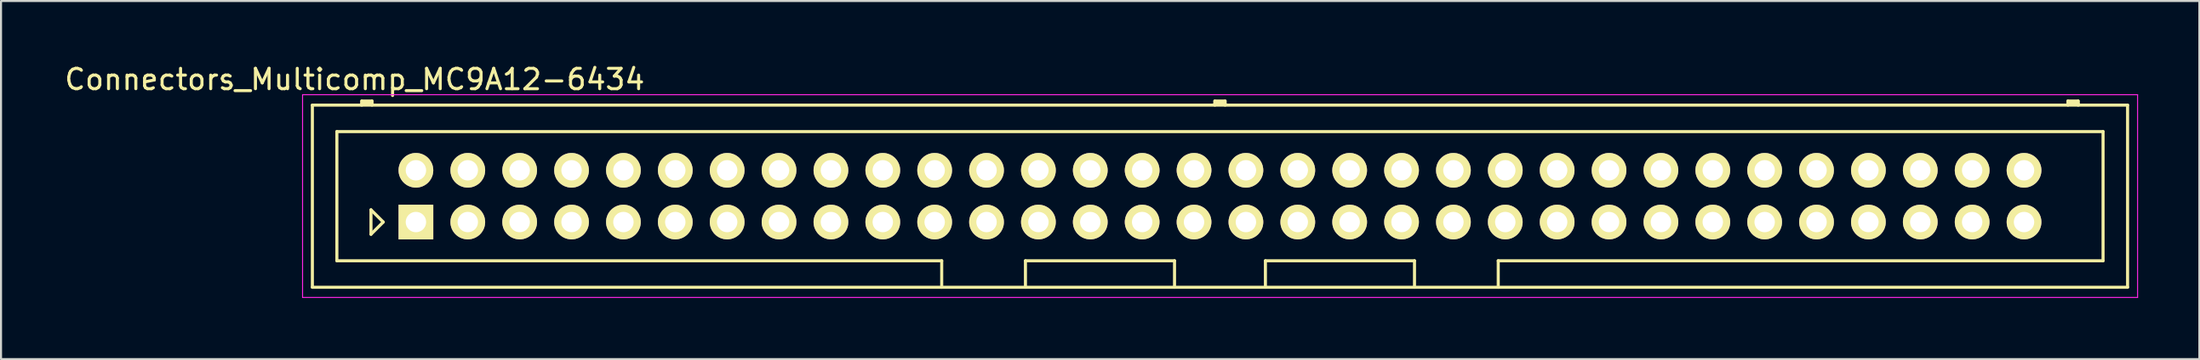
<source format=kicad_pcb>
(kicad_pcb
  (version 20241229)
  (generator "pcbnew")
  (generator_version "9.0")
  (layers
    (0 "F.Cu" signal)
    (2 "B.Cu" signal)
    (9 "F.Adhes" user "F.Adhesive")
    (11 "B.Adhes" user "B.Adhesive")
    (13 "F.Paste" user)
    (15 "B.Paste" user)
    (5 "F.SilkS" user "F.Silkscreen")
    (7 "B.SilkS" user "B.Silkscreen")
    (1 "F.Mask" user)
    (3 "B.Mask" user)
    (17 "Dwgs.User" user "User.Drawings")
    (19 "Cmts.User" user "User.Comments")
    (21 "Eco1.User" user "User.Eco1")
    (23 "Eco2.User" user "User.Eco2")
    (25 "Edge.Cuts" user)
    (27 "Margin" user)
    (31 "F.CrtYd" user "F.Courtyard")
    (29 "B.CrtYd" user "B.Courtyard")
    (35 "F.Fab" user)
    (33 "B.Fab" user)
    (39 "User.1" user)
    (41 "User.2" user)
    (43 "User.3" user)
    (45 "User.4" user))
  (footprint "Connectors_Multicomp_MC9A12-6434"
    (layer "F.Cu")
    (at 17.315 7.848)
    (property "Reference" "Connectors_Multicomp_MC9A12-6434" (at -3 -7 0) (layer "F.SilkS") (effects (font (size 1 1) (thickness 0.15))))
    (attr through_hole)
    (fp_line (start -5.07 -5.74) (end 83.81 -5.74) (stroke (width 0.15) (type solid)) (layer "F.SilkS"))
    (fp_line (start -5.07 3.2) (end -5.07 -5.74) (stroke (width 0.15) (type solid)) (layer "F.SilkS"))
    (fp_line (start -3.87 -4.44) (end 82.61 -4.44) (stroke (width 0.15) (type solid)) (layer "F.SilkS"))
    (fp_line (start -3.87 1.9) (end -3.87 -4.44) (stroke (width 0.15) (type solid)) (layer "F.SilkS"))
    (fp_line (start -2.65 -5.94) (end -2.15 -5.94) (stroke (width 0.15) (type solid)) (layer "F.SilkS"))
    (fp_line (start -2.65 -5.84) (end -2.15 -5.84) (stroke (width 0.15) (type solid)) (layer "F.SilkS"))
    (fp_line (start -2.65 -5.74) (end -2.65 -5.94) (stroke (width 0.15) (type solid)) (layer "F.SilkS"))
    (fp_line (start -2.2 -0.6) (end -1.6 0) (stroke (width 0.15) (type solid)) (layer "F.SilkS"))
    (fp_line (start -2.2 0.6) (end -2.2 -0.6) (stroke (width 0.15) (type solid)) (layer "F.SilkS"))
    (fp_line (start -2.15 -5.94) (end -2.15 -5.74) (stroke (width 0.15) (type solid)) (layer "F.SilkS"))
    (fp_line (start -1.6 0) (end -2.2 0.6) (stroke (width 0.15) (type solid)) (layer "F.SilkS"))
    (fp_line (start 25.745 1.9) (end -3.87 1.9) (stroke (width 0.15) (type solid)) (layer "F.SilkS"))
    (fp_line (start 25.745 3.2) (end 25.745 1.9) (stroke (width 0.15) (type solid)) (layer "F.SilkS"))
    (fp_line (start 29.845 1.9) (end 37.145 1.9) (stroke (width 0.15) (type solid)) (layer "F.SilkS"))
    (fp_line (start 29.845 3.2) (end 29.845 1.9) (stroke (width 0.15) (type solid)) (layer "F.SilkS"))
    (fp_line (start 37.145 1.9) (end 37.145 3.2) (stroke (width 0.15) (type solid)) (layer "F.SilkS"))
    (fp_line (start 39.12 -5.94) (end 39.62 -5.94) (stroke (width 0.15) (type solid)) (layer "F.SilkS"))
    (fp_line (start 39.12 -5.84) (end 39.62 -5.84) (stroke (width 0.15) (type solid)) (layer "F.SilkS"))
    (fp_line (start 39.12 -5.74) (end 39.12 -5.94) (stroke (width 0.15) (type solid)) (layer "F.SilkS"))
    (fp_line (start 39.62 -5.94) (end 39.62 -5.74) (stroke (width 0.15) (type solid)) (layer "F.SilkS"))
    (fp_line (start 41.595 1.9) (end 41.595 3.2) (stroke (width 0.15) (type solid)) (layer "F.SilkS"))
    (fp_line (start 48.895 1.9) (end 41.595 1.9) (stroke (width 0.15) (type solid)) (layer "F.SilkS"))
    (fp_line (start 48.895 3.2) (end 48.895 1.9) (stroke (width 0.15) (type solid)) (layer "F.SilkS"))
    (fp_line (start 52.995 1.9) (end 52.995 3.2) (stroke (width 0.15) (type solid)) (layer "F.SilkS"))
    (fp_line (start 80.89 -5.94) (end 81.39 -5.94) (stroke (width 0.15) (type solid)) (layer "F.SilkS"))
    (fp_line (start 80.89 -5.84) (end 81.39 -5.84) (stroke (width 0.15) (type solid)) (layer "F.SilkS"))
    (fp_line (start 80.89 -5.74) (end 80.89 -5.94) (stroke (width 0.15) (type solid)) (layer "F.SilkS"))
    (fp_line (start 81.39 -5.94) (end 81.39 -5.74) (stroke (width 0.15) (type solid)) (layer "F.SilkS"))
    (fp_line (start 82.61 -4.44) (end 82.61 1.9) (stroke (width 0.15) (type solid)) (layer "F.SilkS"))
    (fp_line (start 82.61 1.9) (end 52.995 1.9) (stroke (width 0.15) (type solid)) (layer "F.SilkS"))
    (fp_line (start 83.81 -5.74) (end 83.81 3.2) (stroke (width 0.15) (type solid)) (layer "F.SilkS"))
    (fp_line (start 83.81 3.2) (end -5.07 3.2) (stroke (width 0.15) (type solid)) (layer "F.SilkS"))
    (fp_line (start -5.55 -6.25) (end 84.3 -6.25) (stroke (width 0.05) (type solid)) (layer "F.CrtYd"))
    (fp_line (start -5.55 3.7) (end -5.55 -6.25) (stroke (width 0.05) (type solid)) (layer "F.CrtYd"))
    (fp_line (start 84.3 -6.25) (end 84.3 3.7) (stroke (width 0.05) (type solid)) (layer "F.CrtYd"))
    (fp_line (start 84.3 3.7) (end -5.55 3.7) (stroke (width 0.05) (type solid)) (layer "F.CrtYd"))
    (pad "1" thru_hole rect (at 0 0) (size 1.7 1.7) (drill 1) (layers "*.Cu" "*.Mask" "F.SilkS"))
    (pad "2" thru_hole circle (at 0 -2.54) (size 1.7 1.7) (drill 1) (layers "*.Cu" "*.Mask" "F.SilkS"))
    (pad "3" thru_hole circle (at 2.54 0) (size 1.7 1.7) (drill 1) (layers "*.Cu" "*.Mask" "F.SilkS"))
    (pad "4" thru_hole circle (at 2.54 -2.54) (size 1.7 1.7) (drill 1) (layers "*.Cu" "*.Mask" "F.SilkS"))
    (pad "5" thru_hole circle (at 5.08 0) (size 1.7 1.7) (drill 1) (layers "*.Cu" "*.Mask" "F.SilkS"))
    (pad "6" thru_hole circle (at 5.08 -2.54) (size 1.7 1.7) (drill 1) (layers "*.Cu" "*.Mask" "F.SilkS"))
    (pad "7" thru_hole circle (at 7.62 0) (size 1.7 1.7) (drill 1) (layers "*.Cu" "*.Mask" "F.SilkS"))
    (pad "8" thru_hole circle (at 7.62 -2.54) (size 1.7 1.7) (drill 1) (layers "*.Cu" "*.Mask" "F.SilkS"))
    (pad "9" thru_hole circle (at 10.16 0) (size 1.7 1.7) (drill 1) (layers "*.Cu" "*.Mask" "F.SilkS"))
    (pad "10" thru_hole circle (at 10.16 -2.54) (size 1.7 1.7) (drill 1) (layers "*.Cu" "*.Mask" "F.SilkS"))
    (pad "11" thru_hole circle (at 12.7 0) (size 1.7 1.7) (drill 1) (layers "*.Cu" "*.Mask" "F.SilkS"))
    (pad "12" thru_hole circle (at 12.7 -2.54) (size 1.7 1.7) (drill 1) (layers "*.Cu" "*.Mask" "F.SilkS"))
    (pad "13" thru_hole circle (at 15.24 0) (size 1.7 1.7) (drill 1) (layers "*.Cu" "*.Mask" "F.SilkS"))
    (pad "14" thru_hole circle (at 15.24 -2.54) (size 1.7 1.7) (drill 1) (layers "*.Cu" "*.Mask" "F.SilkS"))
    (pad "15" thru_hole circle (at 17.78 0) (size 1.7 1.7) (drill 1) (layers "*.Cu" "*.Mask" "F.SilkS"))
    (pad "16" thru_hole circle (at 17.78 -2.54) (size 1.7 1.7) (drill 1) (layers "*.Cu" "*.Mask" "F.SilkS"))
    (pad "17" thru_hole circle (at 20.32 0) (size 1.7 1.7) (drill 1) (layers "*.Cu" "*.Mask" "F.SilkS"))
    (pad "18" thru_hole circle (at 20.32 -2.54) (size 1.7 1.7) (drill 1) (layers "*.Cu" "*.Mask" "F.SilkS"))
    (pad "19" thru_hole circle (at 22.86 0) (size 1.7 1.7) (drill 1) (layers "*.Cu" "*.Mask" "F.SilkS"))
    (pad "20" thru_hole circle (at 22.86 -2.54) (size 1.7 1.7) (drill 1) (layers "*.Cu" "*.Mask" "F.SilkS"))
    (pad "21" thru_hole circle (at 25.4 0) (size 1.7 1.7) (drill 1) (layers "*.Cu" "*.Mask" "F.SilkS"))
    (pad "22" thru_hole circle (at 25.4 -2.54) (size 1.7 1.7) (drill 1) (layers "*.Cu" "*.Mask" "F.SilkS"))
    (pad "23" thru_hole circle (at 27.94 0) (size 1.7 1.7) (drill 1) (layers "*.Cu" "*.Mask" "F.SilkS"))
    (pad "24" thru_hole circle (at 27.94 -2.54) (size 1.7 1.7) (drill 1) (layers "*.Cu" "*.Mask" "F.SilkS"))
    (pad "25" thru_hole circle (at 30.48 0) (size 1.7 1.7) (drill 1) (layers "*.Cu" "*.Mask" "F.SilkS"))
    (pad "26" thru_hole circle (at 30.48 -2.54) (size 1.7 1.7) (drill 1) (layers "*.Cu" "*.Mask" "F.SilkS"))
    (pad "27" thru_hole circle (at 33.02 0) (size 1.7 1.7) (drill 1) (layers "*.Cu" "*.Mask" "F.SilkS"))
    (pad "28" thru_hole circle (at 33.02 -2.54) (size 1.7 1.7) (drill 1) (layers "*.Cu" "*.Mask" "F.SilkS"))
    (pad "29" thru_hole circle (at 35.56 0) (size 1.7 1.7) (drill 1) (layers "*.Cu" "*.Mask" "F.SilkS"))
    (pad "30" thru_hole circle (at 35.56 -2.54) (size 1.7 1.7) (drill 1) (layers "*.Cu" "*.Mask" "F.SilkS"))
    (pad "31" thru_hole circle (at 38.1 0) (size 1.7 1.7) (drill 1) (layers "*.Cu" "*.Mask" "F.SilkS"))
    (pad "32" thru_hole circle (at 38.1 -2.54) (size 1.7 1.7) (drill 1) (layers "*.Cu" "*.Mask" "F.SilkS"))
    (pad "33" thru_hole circle (at 40.64 0) (size 1.7 1.7) (drill 1) (layers "*.Cu" "*.Mask" "F.SilkS"))
    (pad "34" thru_hole circle (at 40.64 -2.54) (size 1.7 1.7) (drill 1) (layers "*.Cu" "*.Mask" "F.SilkS"))
    (pad "35" thru_hole circle (at 43.18 0) (size 1.7 1.7) (drill 1) (layers "*.Cu" "*.Mask" "F.SilkS"))
    (pad "36" thru_hole circle (at 43.18 -2.54) (size 1.7 1.7) (drill 1) (layers "*.Cu" "*.Mask" "F.SilkS"))
    (pad "37" thru_hole circle (at 45.72 0) (size 1.7 1.7) (drill 1) (layers "*.Cu" "*.Mask" "F.SilkS"))
    (pad "38" thru_hole circle (at 45.72 -2.54) (size 1.7 1.7) (drill 1) (layers "*.Cu" "*.Mask" "F.SilkS"))
    (pad "39" thru_hole circle (at 48.26 0) (size 1.7 1.7) (drill 1) (layers "*.Cu" "*.Mask" "F.SilkS"))
    (pad "40" thru_hole circle (at 48.26 -2.54) (size 1.7 1.7) (drill 1) (layers "*.Cu" "*.Mask" "F.SilkS"))
    (pad "41" thru_hole circle (at 50.8 0) (size 1.7 1.7) (drill 1) (layers "*.Cu" "*.Mask" "F.SilkS"))
    (pad "42" thru_hole circle (at 50.8 -2.54) (size 1.7 1.7) (drill 1) (layers "*.Cu" "*.Mask" "F.SilkS"))
    (pad "43" thru_hole circle (at 53.34 0) (size 1.7 1.7) (drill 1) (layers "*.Cu" "*.Mask" "F.SilkS"))
    (pad "44" thru_hole circle (at 53.34 -2.54) (size 1.7 1.7) (drill 1) (layers "*.Cu" "*.Mask" "F.SilkS"))
    (pad "45" thru_hole circle (at 55.88 0) (size 1.7 1.7) (drill 1) (layers "*.Cu" "*.Mask" "F.SilkS"))
    (pad "46" thru_hole circle (at 55.88 -2.54) (size 1.7 1.7) (drill 1) (layers "*.Cu" "*.Mask" "F.SilkS"))
    (pad "47" thru_hole circle (at 58.42 0) (size 1.7 1.7) (drill 1) (layers "*.Cu" "*.Mask" "F.SilkS"))
    (pad "48" thru_hole circle (at 58.42 -2.54) (size 1.7 1.7) (drill 1) (layers "*.Cu" "*.Mask" "F.SilkS"))
    (pad "49" thru_hole circle (at 60.96 0) (size 1.7 1.7) (drill 1) (layers "*.Cu" "*.Mask" "F.SilkS"))
    (pad "50" thru_hole circle (at 60.96 -2.54) (size 1.7 1.7) (drill 1) (layers "*.Cu" "*.Mask" "F.SilkS"))
    (pad "51" thru_hole circle (at 63.5 0) (size 1.7 1.7) (drill 1) (layers "*.Cu" "*.Mask" "F.SilkS"))
    (pad "52" thru_hole circle (at 63.5 -2.54) (size 1.7 1.7) (drill 1) (layers "*.Cu" "*.Mask" "F.SilkS"))
    (pad "53" thru_hole circle (at 66.04 0) (size 1.7 1.7) (drill 1) (layers "*.Cu" "*.Mask" "F.SilkS"))
    (pad "54" thru_hole circle (at 66.04 -2.54) (size 1.7 1.7) (drill 1) (layers "*.Cu" "*.Mask" "F.SilkS"))
    (pad "55" thru_hole circle (at 68.58 0) (size 1.7 1.7) (drill 1) (layers "*.Cu" "*.Mask" "F.SilkS"))
    (pad "56" thru_hole circle (at 68.58 -2.54) (size 1.7 1.7) (drill 1) (layers "*.Cu" "*.Mask" "F.SilkS"))
    (pad "57" thru_hole circle (at 71.12 0) (size 1.7 1.7) (drill 1) (layers "*.Cu" "*.Mask" "F.SilkS"))
    (pad "58" thru_hole circle (at 71.12 -2.54) (size 1.7 1.7) (drill 1) (layers "*.Cu" "*.Mask" "F.SilkS"))
    (pad "59" thru_hole circle (at 73.66 0) (size 1.7 1.7) (drill 1) (layers "*.Cu" "*.Mask" "F.SilkS"))
    (pad "60" thru_hole circle (at 73.66 -2.54) (size 1.7 1.7) (drill 1) (layers "*.Cu" "*.Mask" "F.SilkS"))
    (pad "61" thru_hole circle (at 76.2 0) (size 1.7 1.7) (drill 1) (layers "*.Cu" "*.Mask" "F.SilkS"))
    (pad "62" thru_hole circle (at 76.2 -2.54) (size 1.7 1.7) (drill 1) (layers "*.Cu" "*.Mask" "F.SilkS"))
    (pad "63" thru_hole circle (at 78.74 0) (size 1.7 1.7) (drill 1) (layers "*.Cu" "*.Mask" "F.SilkS"))
    (pad "64" thru_hole circle (at 78.74 -2.54) (size 1.7 1.7) (drill 1) (layers "*.Cu" "*.Mask" "F.SilkS")))
  (gr_rect
    (start -3 -3)
    (end 104.64 14.573)
    (stroke (width 0.1) (type default))
    (fill no)
    (layer "Edge.Cuts")))
</source>
